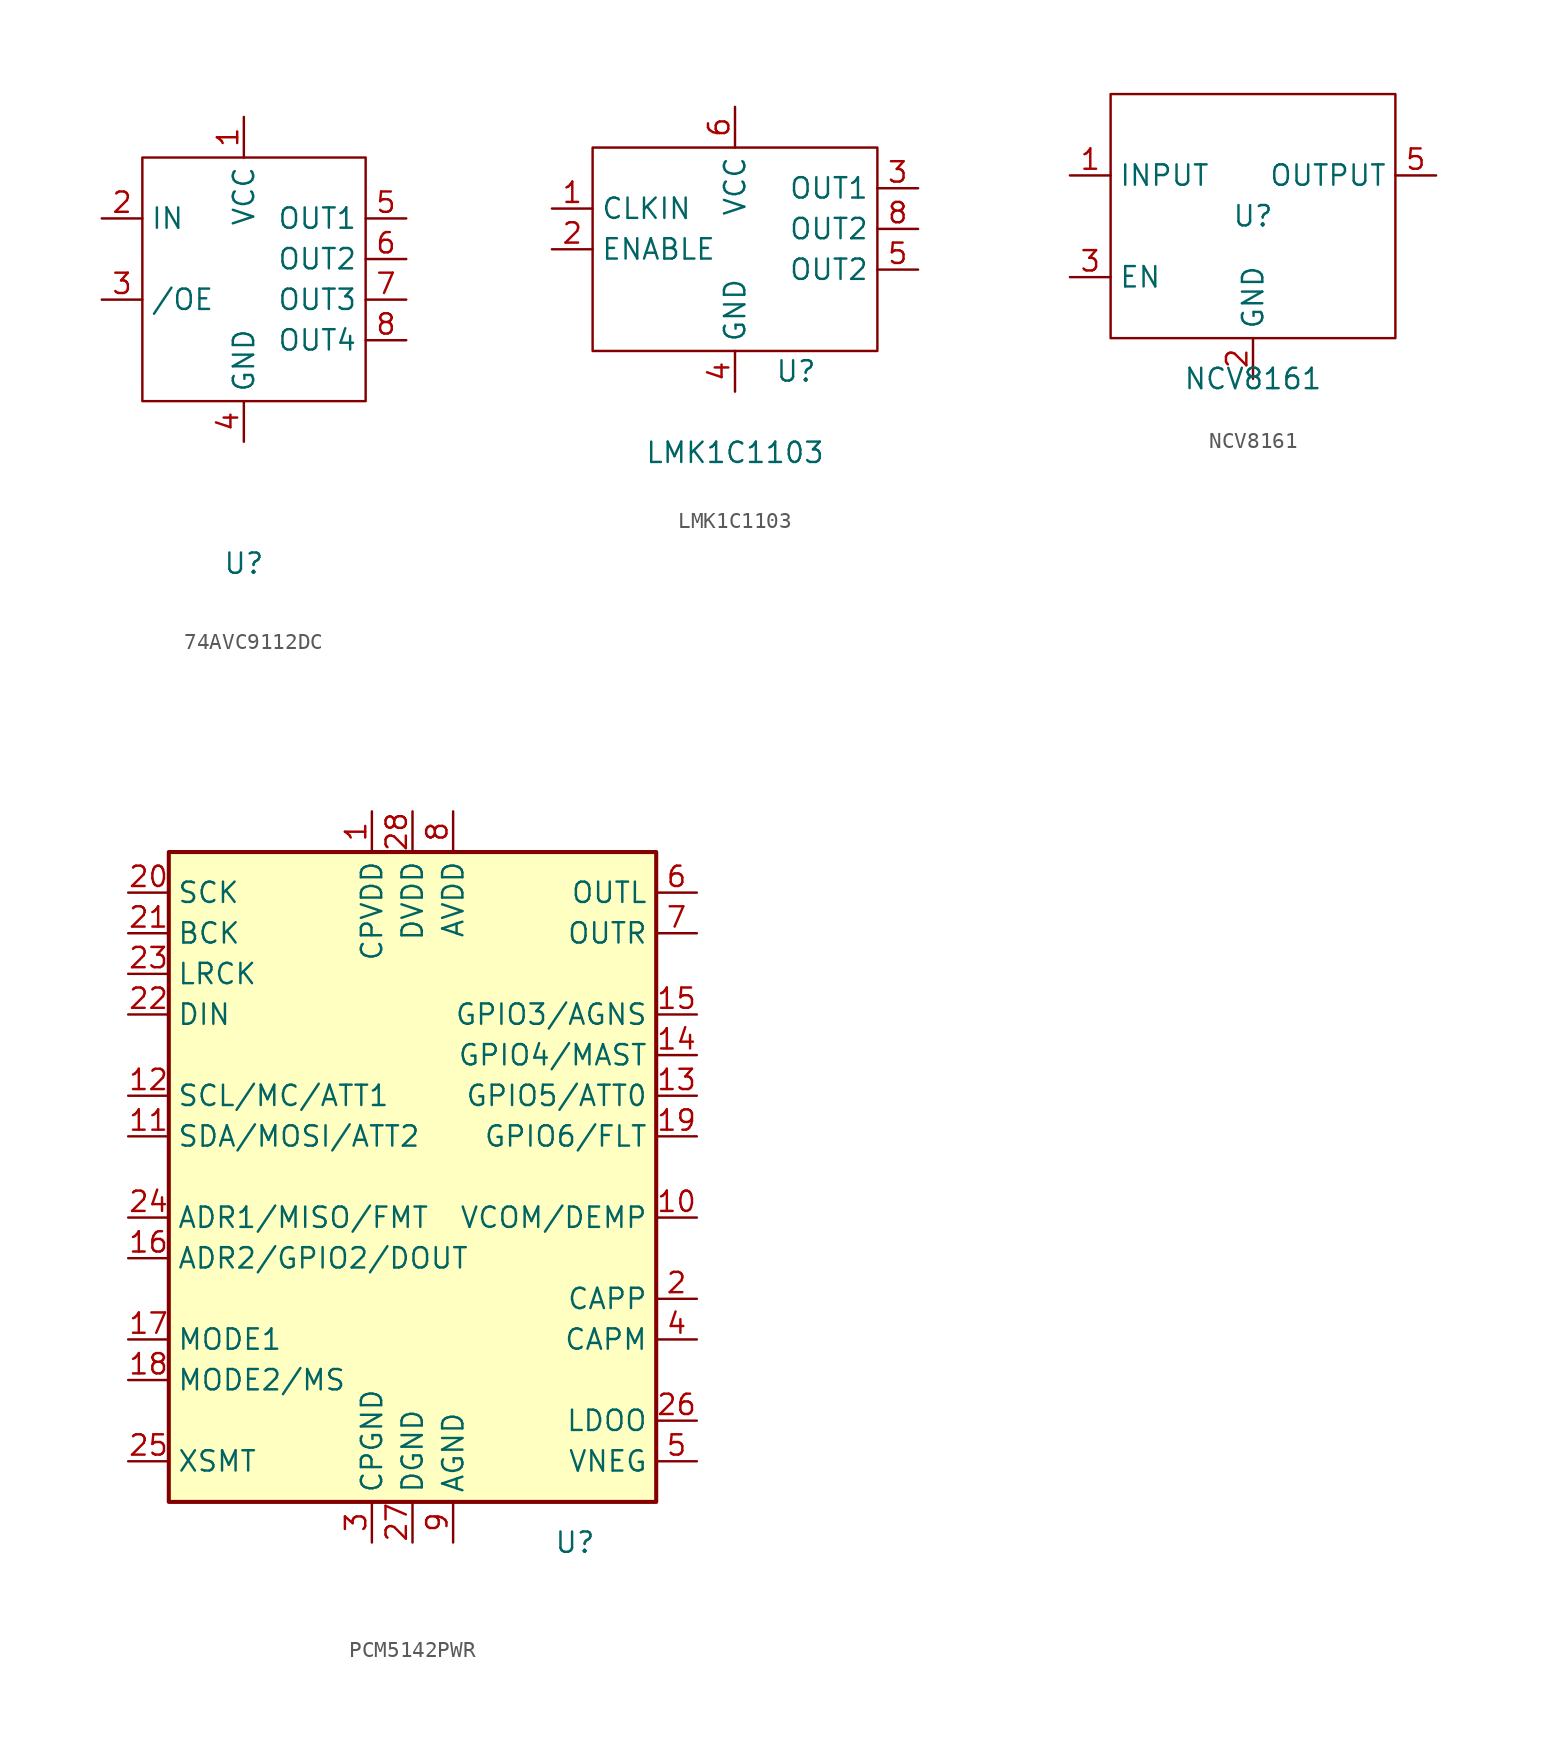
<source format=kicad_sym>
(kicad_symbol_lib
  (version 20220914)
  (generator kicad_symbol_editor)
  (symbol "74AVC9112DC"
    (property "Reference" "U"
      (at 0 0 0)
      (effects (font (size 1.27 1.27))))
    (property "Value" ""
      (at 0 0 0)
      (effects (font (size 1.27 1.27))))
    (symbol "74AVC9112DC_0_1"
      (rectangle (start -6.35 25.4) (end 7.62 10.16) (stroke (width 0) (type default)) (fill (type none))))
    (symbol "74AVC9112DC_1_1"
      (pin input line (at 0 27.94 270) (length 2.54) (name "VCC" (effects (font (size 1.27 1.27)))) (number "1" (effects (font (size 1.27 1.27)))))
      (pin input line (at -8.89 21.59 0) (length 2.54) (name "IN" (effects (font (size 1.27 1.27)))) (number "2" (effects (font (size 1.27 1.27)))))
      (pin input line (at -8.89 16.51 0) (length 2.54) (name "/OE" (effects (font (size 1.27 1.27)))) (number "3" (effects (font (size 1.27 1.27)))))
      (pin input line (at 0 7.62 90) (length 2.54) (name "GND" (effects (font (size 1.27 1.27)))) (number "4" (effects (font (size 1.27 1.27)))))
      (pin output line (at 10.16 21.59 180) (length 2.54) (name "OUT1" (effects (font (size 1.27 1.27)))) (number "5" (effects (font (size 1.27 1.27)))))
      (pin output line (at 10.16 19.05 180) (length 2.54) (name "OUT2" (effects (font (size 1.27 1.27)))) (number "6" (effects (font (size 1.27 1.27)))))
      (pin output line (at 10.16 16.51 180) (length 2.54) (name "OUT3" (effects (font (size 1.27 1.27)))) (number "7" (effects (font (size 1.27 1.27)))))
      (pin output line (at 10.16 13.97 180) (length 2.54) (name "OUT4" (effects (font (size 1.27 1.27)))) (number "8" (effects (font (size 1.27 1.27)))))))
  (symbol "LMK1C1103"
    (property "Reference" "U"
      (at 3.81 5.08 0)
      (effects (font (size 1.27 1.27))))
    (property "Value" "LMK1C1103"
      (at 0 0 0)
      (effects (font (size 1.27 1.27))))
    (symbol "LMK1C1103_0_1"
      (rectangle (start -8.89 19.05) (end 8.89 6.35) (stroke (width 0) (type default)) (fill (type none))))
    (symbol "LMK1C1103_1_1"
      (pin input line (at -11.43 15.24 0) (length 2.54) (name "CLKIN" (effects (font (size 1.27 1.27)))) (number "1" (effects (font (size 1.27 1.27)))))
      (pin input line (at -11.43 12.7 0) (length 2.54) (name "ENABLE" (effects (font (size 1.27 1.27)))) (number "2" (effects (font (size 1.27 1.27)))))
      (pin output line (at 11.43 16.51 180) (length 2.54) (name "OUT1" (effects (font (size 1.27 1.27)))) (number "3" (effects (font (size 1.27 1.27)))))
      (pin input line (at 0 3.81 90) (length 2.54) (name "GND" (effects (font (size 1.27 1.27)))) (number "4" (effects (font (size 1.27 1.27)))))
      (pin output line (at 11.43 11.43 180) (length 2.54) (name "OUT2" (effects (font (size 1.27 1.27)))) (number "5" (effects (font (size 1.27 1.27)))))
      (pin input line (at 0 21.59 270) (length 2.54) (name "VCC" (effects (font (size 1.27 1.27)))) (number "6" (effects (font (size 1.27 1.27)))))
      (pin output line (at 11.43 13.97 180) (length 2.54) (name "OUT2" (effects (font (size 1.27 1.27)))) (number "8" (effects (font (size 1.27 1.27)))))))
  (symbol "NCV8161"
    (property "Reference" "U"
      (at 0 10.16 0)
      (effects (font (size 1.27 1.27))))
    (property "Value" "NCV8161"
      (at 0 0 0)
      (effects (font (size 1.27 1.27))))
    (symbol "NCV8161_0_1"
      (rectangle (start -8.89 17.78) (end 8.89 2.54) (stroke (width 0) (type default)) (fill (type none))))
    (symbol "NCV8161_1_1"
      (pin input line (at -11.43 12.7 0) (length 2.54) (name "INPUT" (effects (font (size 1.27 1.27)))) (number "1" (effects (font (size 1.27 1.27)))))
      (pin input line (at 0 0 90) (length 2.54) (name "GND" (effects (font (size 1.27 1.27)))) (number "2" (effects (font (size 1.27 1.27)))))
      (pin input line (at -11.43 6.35 0) (length 2.54) (name "EN" (effects (font (size 1.27 1.27)))) (number "3" (effects (font (size 1.27 1.27)))))
      (pin output line (at 11.43 12.7 180) (length 2.54) (name "OUTPUT" (effects (font (size 1.27 1.27)))) (number "5" (effects (font (size 1.27 1.27)))))))
  (symbol "PCM5142PWR"
    (property "Reference" "U"
      (at 0 0 0)
      (effects (font (size 1.27 1.27))))
    (property "Value" ""
      (at 0 0 0)
      (effects (font (size 1.27 1.27))))
    (symbol "PCM5142PWR_0_1"
      (rectangle (start -25.4 43.18) (end 5.08 2.54) (stroke (width 0.254) (type default)) (fill (type background))))
    (symbol "PCM5142PWR_1_1"
      (pin power_in line (at -12.7 45.72 270) (length 2.54) (name "CPVDD" (effects (font (size 1.27 1.27)))) (number "1" (effects (font (size 1.27 1.27)))))
      (pin bidirectional line (at 7.62 20.32 180) (length 2.54) (name "VCOM/DEMP" (effects (font (size 1.27 1.27)))) (number "10" (effects (font (size 1.27 1.27)))))
      (pin bidirectional line (at -27.94 25.4 0) (length 2.54) (name "SDA/MOSI/ATT2" (effects (font (size 1.27 1.27)))) (number "11" (effects (font (size 1.27 1.27)))))
      (pin input line (at -27.94 27.94 0) (length 2.54) (name "SCL/MC/ATT1" (effects (font (size 1.27 1.27)))) (number "12" (effects (font (size 1.27 1.27)))))
      (pin bidirectional line (at 7.62 27.94 180) (length 2.54) (name "GPIO5/ATT0" (effects (font (size 1.27 1.27)))) (number "13" (effects (font (size 1.27 1.27)))))
      (pin bidirectional line (at 7.62 30.48 180) (length 2.54) (name "GPIO4/MAST" (effects (font (size 1.27 1.27)))) (number "14" (effects (font (size 1.27 1.27)))))
      (pin bidirectional line (at 7.62 33.02 180) (length 2.54) (name "GPIO3/AGNS" (effects (font (size 1.27 1.27)))) (number "15" (effects (font (size 1.27 1.27)))))
      (pin bidirectional line (at -27.94 17.78 0) (length 2.54) (name "ADR2/GPIO2/DOUT" (effects (font (size 1.27 1.27)))) (number "16" (effects (font (size 1.27 1.27)))))
      (pin input line (at -27.94 12.7 0) (length 2.54) (name "MODE1" (effects (font (size 1.27 1.27)))) (number "17" (effects (font (size 1.27 1.27)))))
      (pin input line (at -27.94 10.16 0) (length 2.54) (name "MODE2/MS" (effects (font (size 1.27 1.27)))) (number "18" (effects (font (size 1.27 1.27)))))
      (pin bidirectional line (at 7.62 25.4 180) (length 2.54) (name "GPIO6/FLT" (effects (font (size 1.27 1.27)))) (number "19" (effects (font (size 1.27 1.27)))))
      (pin passive line (at 7.62 15.24 180) (length 2.54) (name "CAPP" (effects (font (size 1.27 1.27)))) (number "2" (effects (font (size 1.27 1.27)))))
      (pin input line (at -27.94 40.64 0) (length 2.54) (name "SCK" (effects (font (size 1.27 1.27)))) (number "20" (effects (font (size 1.27 1.27)))))
      (pin bidirectional line (at -27.94 38.1 0) (length 2.54) (name "BCK" (effects (font (size 1.27 1.27)))) (number "21" (effects (font (size 1.27 1.27)))))
      (pin input line (at -27.94 33.02 0) (length 2.54) (name "DIN" (effects (font (size 1.27 1.27)))) (number "22" (effects (font (size 1.27 1.27)))))
      (pin bidirectional line (at -27.94 35.56 0) (length 2.54) (name "LRCK" (effects (font (size 1.27 1.27)))) (number "23" (effects (font (size 1.27 1.27)))))
      (pin bidirectional line (at -27.94 20.32 0) (length 2.54) (name "ADR1/MISO/FMT" (effects (font (size 1.27 1.27)))) (number "24" (effects (font (size 1.27 1.27)))))
      (pin input line (at -27.94 5.08 0) (length 2.54) (name "XSMT" (effects (font (size 1.27 1.27)))) (number "25" (effects (font (size 1.27 1.27)))))
      (pin passive line (at 7.62 7.62 180) (length 2.54) (name "LDOO" (effects (font (size 1.27 1.27)))) (number "26" (effects (font (size 1.27 1.27)))))
      (pin power_in line (at -10.16 0 90) (length 2.54) (name "DGND" (effects (font (size 1.27 1.27)))) (number "27" (effects (font (size 1.27 1.27)))))
      (pin power_in line (at -10.16 45.72 270) (length 2.54) (name "DVDD" (effects (font (size 1.27 1.27)))) (number "28" (effects (font (size 1.27 1.27)))))
      (pin power_in line (at -12.7 0 90) (length 2.54) (name "CPGND" (effects (font (size 1.27 1.27)))) (number "3" (effects (font (size 1.27 1.27)))))
      (pin passive line (at 7.62 12.7 180) (length 2.54) (name "CAPM" (effects (font (size 1.27 1.27)))) (number "4" (effects (font (size 1.27 1.27)))))
      (pin passive line (at 7.62 5.08 180) (length 2.54) (name "VNEG" (effects (font (size 1.27 1.27)))) (number "5" (effects (font (size 1.27 1.27)))))
      (pin output line (at 7.62 40.64 180) (length 2.54) (name "OUTL" (effects (font (size 1.27 1.27)))) (number "6" (effects (font (size 1.27 1.27)))))
      (pin output line (at 7.62 38.1 180) (length 2.54) (name "OUTR" (effects (font (size 1.27 1.27)))) (number "7" (effects (font (size 1.27 1.27)))))
      (pin power_in line (at -7.62 45.72 270) (length 2.54) (name "AVDD" (effects (font (size 1.27 1.27)))) (number "8" (effects (font (size 1.27 1.27)))))
      (pin power_in line (at -7.62 0 90) (length 2.54) (name "AGND" (effects (font (size 1.27 1.27)))) (number "9" (effects (font (size 1.27 1.27))))))))
</source>
